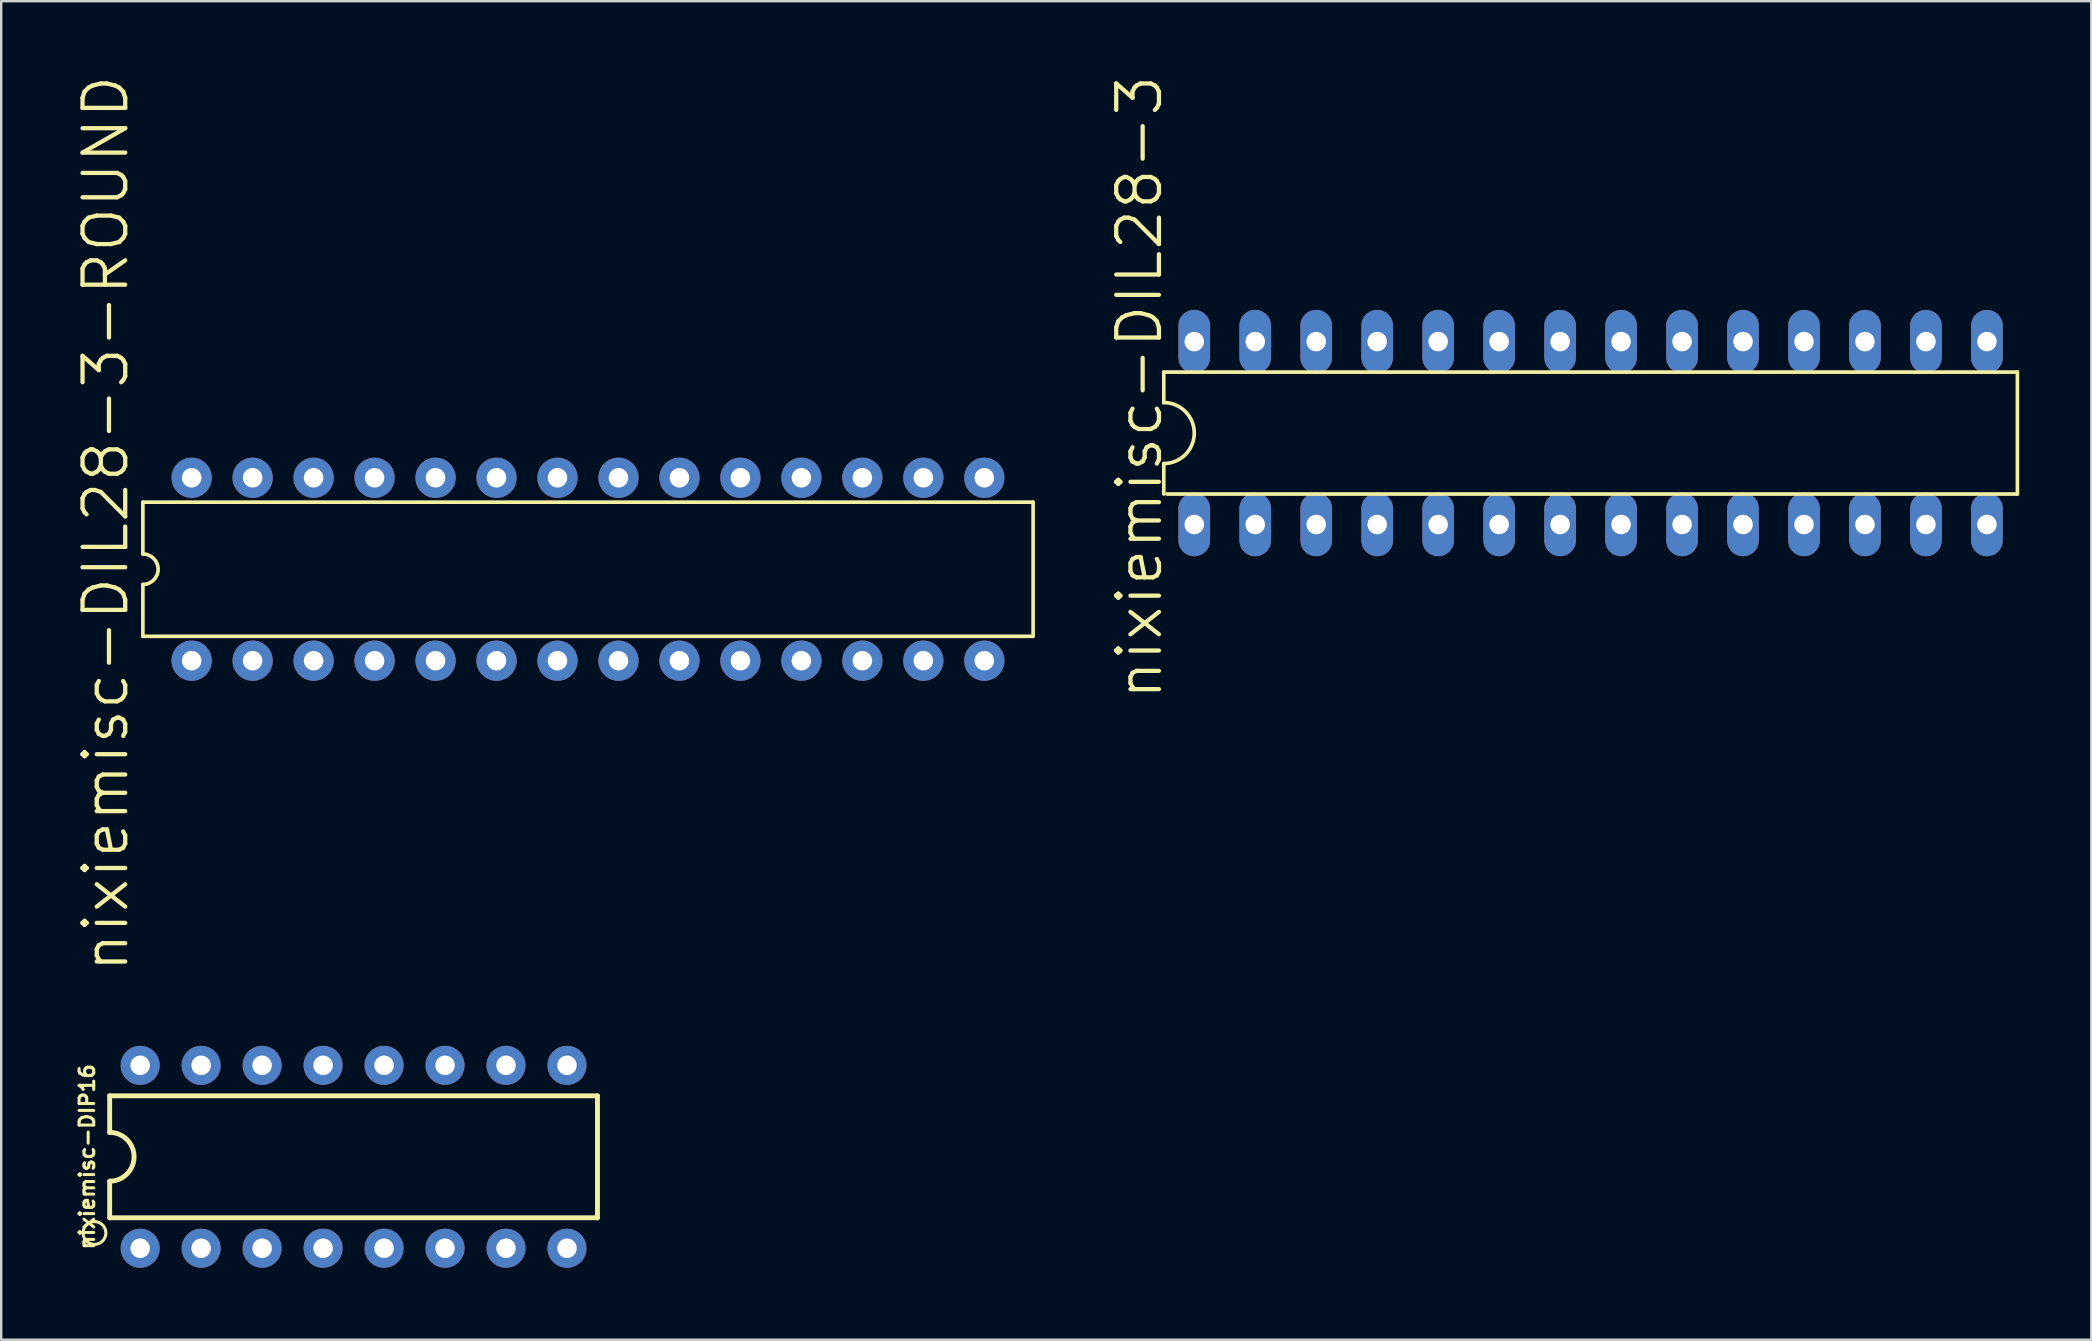
<source format=kicad_pcb>
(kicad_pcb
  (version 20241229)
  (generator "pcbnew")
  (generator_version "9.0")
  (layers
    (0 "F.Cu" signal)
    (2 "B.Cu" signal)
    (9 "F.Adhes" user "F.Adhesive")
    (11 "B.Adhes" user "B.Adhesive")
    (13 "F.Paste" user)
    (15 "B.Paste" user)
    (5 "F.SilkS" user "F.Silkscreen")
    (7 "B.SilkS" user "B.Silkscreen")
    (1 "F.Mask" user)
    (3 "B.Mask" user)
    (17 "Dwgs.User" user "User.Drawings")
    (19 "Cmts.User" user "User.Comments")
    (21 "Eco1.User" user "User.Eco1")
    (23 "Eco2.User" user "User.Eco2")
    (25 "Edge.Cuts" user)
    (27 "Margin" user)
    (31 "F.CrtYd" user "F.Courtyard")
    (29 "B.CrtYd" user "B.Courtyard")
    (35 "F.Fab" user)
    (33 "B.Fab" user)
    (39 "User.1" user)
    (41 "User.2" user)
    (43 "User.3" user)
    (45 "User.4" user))
  (footprint "nixiemisc-DIL28-3"
    (layer "F.Cu")
    (at 63.21 14.99)
    (property "Reference" "nixiemisc-DIL28-3" (at -18.796 -1.905 90) (layer "F.SilkS") (effects (font (size 1.778 1.778) (thickness 0.178))))
    (attr exclude_from_pos_files exclude_from_bom)
    (fp_line (start -17.78 -2.54) (end -17.78 -1.27) (stroke (width 0.152) (type solid)) (layer "F.SilkS"))
    (fp_line (start -17.78 -2.54) (end 17.78 -2.54) (stroke (width 0.152) (type solid)) (layer "F.SilkS"))
    (fp_line (start -17.78 1.27) (end -17.78 2.54) (stroke (width 0.152) (type solid)) (layer "F.SilkS"))
    (fp_line (start -17.65 2.54) (end 17.78 2.54) (stroke (width 0.152) (type solid)) (layer "F.SilkS"))
    (fp_line (start 17.78 2.54) (end 17.78 -2.54) (stroke (width 0.152) (type solid)) (layer "F.SilkS"))
    (fp_arc (start -17.78 -1.27) (mid -16.51 0) (end -17.78 1.27) (stroke (width 0.1524) (type solid)) (layer "F.SilkS"))
    (pad "1" thru_hole oval (at -16.51 3.81 180) (size 1.321 2.642) (drill 0.813) (layers "*.Cu" "*.Mask"))
    (pad "2" thru_hole oval (at -13.97 3.81 180) (size 1.321 2.642) (drill 0.813) (layers "*.Cu" "*.Mask"))
    (pad "3" thru_hole oval (at -11.43 3.81 180) (size 1.321 2.642) (drill 0.813) (layers "*.Cu" "*.Mask"))
    (pad "4" thru_hole oval (at -8.89 3.81 180) (size 1.321 2.642) (drill 0.813) (layers "*.Cu" "*.Mask"))
    (pad "5" thru_hole oval (at -6.35 3.81 180) (size 1.321 2.642) (drill 0.813) (layers "*.Cu" "*.Mask"))
    (pad "6" thru_hole oval (at -3.81 3.81 180) (size 1.321 2.642) (drill 0.813) (layers "*.Cu" "*.Mask"))
    (pad "7" thru_hole oval (at -1.27 3.81 180) (size 1.321 2.642) (drill 0.813) (layers "*.Cu" "*.Mask"))
    (pad "8" thru_hole oval (at 1.27 3.81 180) (size 1.321 2.642) (drill 0.813) (layers "*.Cu" "*.Mask"))
    (pad "9" thru_hole oval (at 3.81 3.81 180) (size 1.321 2.642) (drill 0.813) (layers "*.Cu" "*.Mask"))
    (pad "10" thru_hole oval (at 6.35 3.81 180) (size 1.321 2.642) (drill 0.813) (layers "*.Cu" "*.Mask"))
    (pad "11" thru_hole oval (at 8.89 3.81 180) (size 1.321 2.642) (drill 0.813) (layers "*.Cu" "*.Mask"))
    (pad "12" thru_hole oval (at 11.43 3.81 180) (size 1.321 2.642) (drill 0.813) (layers "*.Cu" "*.Mask"))
    (pad "13" thru_hole oval (at 13.97 3.81 180) (size 1.321 2.642) (drill 0.813) (layers "*.Cu" "*.Mask"))
    (pad "14" thru_hole oval (at 16.51 3.81 180) (size 1.321 2.642) (drill 0.813) (layers "*.Cu" "*.Mask"))
    (pad "15" thru_hole oval (at 16.51 -3.81 180) (size 1.321 2.642) (drill 0.813) (layers "*.Cu" "*.Mask"))
    (pad "16" thru_hole oval (at 13.97 -3.81 180) (size 1.321 2.642) (drill 0.813) (layers "*.Cu" "*.Mask"))
    (pad "17" thru_hole oval (at 11.43 -3.81 180) (size 1.321 2.642) (drill 0.813) (layers "*.Cu" "*.Mask"))
    (pad "18" thru_hole oval (at 8.89 -3.81 180) (size 1.321 2.642) (drill 0.813) (layers "*.Cu" "*.Mask"))
    (pad "19" thru_hole oval (at 6.35 -3.81 180) (size 1.321 2.642) (drill 0.813) (layers "*.Cu" "*.Mask"))
    (pad "20" thru_hole oval (at 3.81 -3.81 180) (size 1.321 2.642) (drill 0.813) (layers "*.Cu" "*.Mask"))
    (pad "21" thru_hole oval (at 1.27 -3.81 180) (size 1.321 2.642) (drill 0.813) (layers "*.Cu" "*.Mask"))
    (pad "22" thru_hole oval (at -1.27 -3.81 180) (size 1.321 2.642) (drill 0.813) (layers "*.Cu" "*.Mask"))
    (pad "23" thru_hole oval (at -3.81 -3.81 180) (size 1.321 2.642) (drill 0.813) (layers "*.Cu" "*.Mask"))
    (pad "24" thru_hole oval (at -6.35 -3.81 180) (size 1.321 2.642) (drill 0.813) (layers "*.Cu" "*.Mask"))
    (pad "25" thru_hole oval (at -8.89 -3.81 180) (size 1.321 2.642) (drill 0.813) (layers "*.Cu" "*.Mask"))
    (pad "26" thru_hole oval (at -11.43 -3.81 180) (size 1.321 2.642) (drill 0.813) (layers "*.Cu" "*.Mask"))
    (pad "27" thru_hole oval (at -13.97 -3.81 180) (size 1.321 2.642) (drill 0.813) (layers "*.Cu" "*.Mask"))
    (pad "28" thru_hole oval (at -16.51 -3.81 180) (size 1.321 2.642) (drill 0.813) (layers "*.Cu" "*.Mask")))
  (footprint "nixiemisc-DIP16"
    (layer "F.Cu")
    (at 11.679 45.139)
    (property "Reference" "nixiemisc-DIP16" (at -11.1 0 90) (layer "F.SilkS") (effects (font (size 0.61 0.61) (thickness 0.127))))
    (attr exclude_from_pos_files exclude_from_bom)
    (fp_line (start -10.16 -2.54) (end -10.16 -1.016) (stroke (width 0.203) (type solid)) (layer "F.SilkS"))
    (fp_line (start -10.16 2.54) (end -10.16 1.016) (stroke (width 0.203) (type solid)) (layer "F.SilkS"))
    (fp_line (start -10.16 2.54) (end 10.16 2.54) (stroke (width 0.203) (type solid)) (layer "F.SilkS"))
    (fp_line (start 10.16 -2.54) (end -10.16 -2.54) (stroke (width 0.203) (type solid)) (layer "F.SilkS"))
    (fp_line (start 10.16 -2.54) (end 10.16 2.54) (stroke (width 0.203) (type solid)) (layer "F.SilkS"))
    (fp_arc (start -10.16 -1.016) (mid -9.144 0) (end -10.16 1.016) (stroke (width 0.2032) (type solid)) (layer "F.SilkS"))
    (fp_poly (pts (xy -11.27 3.175) (xy -11.257 3.068) (xy -11.222 2.967) (xy -11.166 2.878) (xy -11.09 2.802) (xy -11.001 2.746) (xy -10.899 2.71) (xy -10.795 2.697) (xy -10.688 2.71) (xy -10.587 2.746) (xy -10.498 2.802) (xy -10.422 2.878) (xy -10.366 2.967) (xy -10.33 3.068) (xy -10.317 3.175) (xy -10.33 3.279) (xy -10.366 3.381) (xy -10.422 3.47) (xy -10.498 3.546) (xy -10.587 3.602) (xy -10.688 3.637) (xy -10.795 3.65) (xy -10.899 3.637) (xy -11.001 3.602) (xy -11.09 3.546) (xy -11.166 3.47) (xy -11.222 3.381) (xy -11.257 3.279) (xy -11.27 3.175)) (stroke (width 0.127) (type solid)) (fill no) (layer "F.SilkS"))
    (pad "1" thru_hole circle (at -8.89 3.81) (size 1.626 1.626) (drill 0.813) (layers "*.Cu" "*.Mask"))
    (pad "2" thru_hole circle (at -6.35 3.81) (size 1.626 1.626) (drill 0.813) (layers "*.Cu" "*.Mask"))
    (pad "3" thru_hole circle (at -3.81 3.81) (size 1.626 1.626) (drill 0.813) (layers "*.Cu" "*.Mask"))
    (pad "4" thru_hole circle (at -1.27 3.81) (size 1.626 1.626) (drill 0.813) (layers "*.Cu" "*.Mask"))
    (pad "5" thru_hole circle (at 1.27 3.81) (size 1.626 1.626) (drill 0.813) (layers "*.Cu" "*.Mask"))
    (pad "6" thru_hole circle (at 3.81 3.81) (size 1.626 1.626) (drill 0.813) (layers "*.Cu" "*.Mask"))
    (pad "7" thru_hole circle (at 6.35 3.81) (size 1.626 1.626) (drill 0.813) (layers "*.Cu" "*.Mask"))
    (pad "8" thru_hole circle (at 8.89 3.81) (size 1.626 1.626) (drill 0.813) (layers "*.Cu" "*.Mask"))
    (pad "9" thru_hole circle (at 8.89 -3.81) (size 1.626 1.626) (drill 0.813) (layers "*.Cu" "*.Mask"))
    (pad "10" thru_hole circle (at 6.35 -3.81) (size 1.626 1.626) (drill 0.813) (layers "*.Cu" "*.Mask"))
    (pad "11" thru_hole circle (at 3.81 -3.81) (size 1.626 1.626) (drill 0.813) (layers "*.Cu" "*.Mask"))
    (pad "12" thru_hole circle (at 1.27 -3.81) (size 1.626 1.626) (drill 0.813) (layers "*.Cu" "*.Mask"))
    (pad "13" thru_hole circle (at -1.27 -3.81) (size 1.626 1.626) (drill 0.813) (layers "*.Cu" "*.Mask"))
    (pad "14" thru_hole circle (at -3.81 -3.81) (size 1.626 1.626) (drill 0.813) (layers "*.Cu" "*.Mask"))
    (pad "15" thru_hole circle (at -6.35 -3.81) (size 1.626 1.626) (drill 0.813) (layers "*.Cu" "*.Mask"))
    (pad "16" thru_hole circle (at -8.89 -3.81) (size 1.626 1.626) (drill 0.813) (layers "*.Cu" "*.Mask")))
  (footprint "nixiemisc-DIL28-3-ROUND"
    (layer "F.Cu")
    (at 21.444 20.663)
    (property "Reference" "nixiemisc-DIL28-3-ROUND" (at -20.091 -1.905 90) (layer "F.SilkS") (effects (font (size 1.778 1.778) (thickness 0.178))))
    (attr exclude_from_pos_files exclude_from_bom)
    (fp_line (start -18.542 -2.794) (end -18.542 -0.635) (stroke (width 0.152) (type solid)) (layer "F.SilkS"))
    (fp_line (start -18.542 -2.794) (end 18.542 -2.794) (stroke (width 0.152) (type solid)) (layer "F.SilkS"))
    (fp_line (start -18.542 0.635) (end -18.542 2.794) (stroke (width 0.152) (type solid)) (layer "F.SilkS"))
    (fp_line (start -18.542 2.794) (end 18.542 2.794) (stroke (width 0.152) (type solid)) (layer "F.SilkS"))
    (fp_line (start 18.542 -2.794) (end 18.542 2.794) (stroke (width 0.152) (type solid)) (layer "F.SilkS"))
    (fp_arc (start -18.542 -0.635) (mid -17.907 0) (end -18.542 0.635) (stroke (width 0.1524) (type solid)) (layer "F.SilkS"))
    (pad "1" thru_hole circle (at -16.51 3.81) (size 1.676 1.676) (drill 0.813) (layers "*.Cu" "*.Mask"))
    (pad "2" thru_hole circle (at -13.97 3.81) (size 1.676 1.676) (drill 0.813) (layers "*.Cu" "*.Mask"))
    (pad "3" thru_hole circle (at -11.43 3.81) (size 1.676 1.676) (drill 0.813) (layers "*.Cu" "*.Mask"))
    (pad "4" thru_hole circle (at -8.89 3.81) (size 1.676 1.676) (drill 0.813) (layers "*.Cu" "*.Mask"))
    (pad "5" thru_hole circle (at -6.35 3.81) (size 1.676 1.676) (drill 0.813) (layers "*.Cu" "*.Mask"))
    (pad "6" thru_hole circle (at -3.81 3.81) (size 1.676 1.676) (drill 0.813) (layers "*.Cu" "*.Mask"))
    (pad "7" thru_hole circle (at -1.27 3.81) (size 1.676 1.676) (drill 0.813) (layers "*.Cu" "*.Mask"))
    (pad "8" thru_hole circle (at 1.27 3.81) (size 1.676 1.676) (drill 0.813) (layers "*.Cu" "*.Mask"))
    (pad "9" thru_hole circle (at 3.81 3.81) (size 1.676 1.676) (drill 0.813) (layers "*.Cu" "*.Mask"))
    (pad "10" thru_hole circle (at 6.35 3.81) (size 1.676 1.676) (drill 0.813) (layers "*.Cu" "*.Mask"))
    (pad "11" thru_hole circle (at 8.89 3.81) (size 1.676 1.676) (drill 0.813) (layers "*.Cu" "*.Mask"))
    (pad "12" thru_hole circle (at 11.43 3.81) (size 1.676 1.676) (drill 0.813) (layers "*.Cu" "*.Mask"))
    (pad "13" thru_hole circle (at 13.97 3.81) (size 1.676 1.676) (drill 0.813) (layers "*.Cu" "*.Mask"))
    (pad "14" thru_hole circle (at 16.51 3.81) (size 1.676 1.676) (drill 0.813) (layers "*.Cu" "*.Mask"))
    (pad "15" thru_hole circle (at 16.51 -3.81) (size 1.676 1.676) (drill 0.813) (layers "*.Cu" "*.Mask"))
    (pad "16" thru_hole circle (at 13.97 -3.81) (size 1.676 1.676) (drill 0.813) (layers "*.Cu" "*.Mask"))
    (pad "17" thru_hole circle (at 11.43 -3.81) (size 1.676 1.676) (drill 0.813) (layers "*.Cu" "*.Mask"))
    (pad "18" thru_hole circle (at 8.89 -3.81) (size 1.676 1.676) (drill 0.813) (layers "*.Cu" "*.Mask"))
    (pad "19" thru_hole circle (at 6.35 -3.81) (size 1.676 1.676) (drill 0.813) (layers "*.Cu" "*.Mask"))
    (pad "20" thru_hole circle (at 3.81 -3.81) (size 1.676 1.676) (drill 0.813) (layers "*.Cu" "*.Mask"))
    (pad "21" thru_hole circle (at 1.27 -3.81) (size 1.676 1.676) (drill 0.813) (layers "*.Cu" "*.Mask"))
    (pad "22" thru_hole circle (at -1.27 -3.81) (size 1.676 1.676) (drill 0.813) (layers "*.Cu" "*.Mask"))
    (pad "23" thru_hole circle (at -3.81 -3.81) (size 1.676 1.676) (drill 0.813) (layers "*.Cu" "*.Mask"))
    (pad "24" thru_hole circle (at -6.35 -3.81) (size 1.676 1.676) (drill 0.813) (layers "*.Cu" "*.Mask"))
    (pad "25" thru_hole circle (at -8.89 -3.81) (size 1.676 1.676) (drill 0.813) (layers "*.Cu" "*.Mask"))
    (pad "26" thru_hole circle (at -11.43 -3.81) (size 1.676 1.676) (drill 0.813) (layers "*.Cu" "*.Mask"))
    (pad "27" thru_hole circle (at -13.97 -3.81) (size 1.676 1.676) (drill 0.813) (layers "*.Cu" "*.Mask"))
    (pad "28" thru_hole circle (at -16.51 -3.81) (size 1.676 1.676) (drill 0.813) (layers "*.Cu" "*.Mask")))
  (gr_rect
    (start -3 -3)
    (end 84.066 52.761)
    (stroke (width 0.1) (type default))
    (fill no)
    (layer "Edge.Cuts")))
</source>
